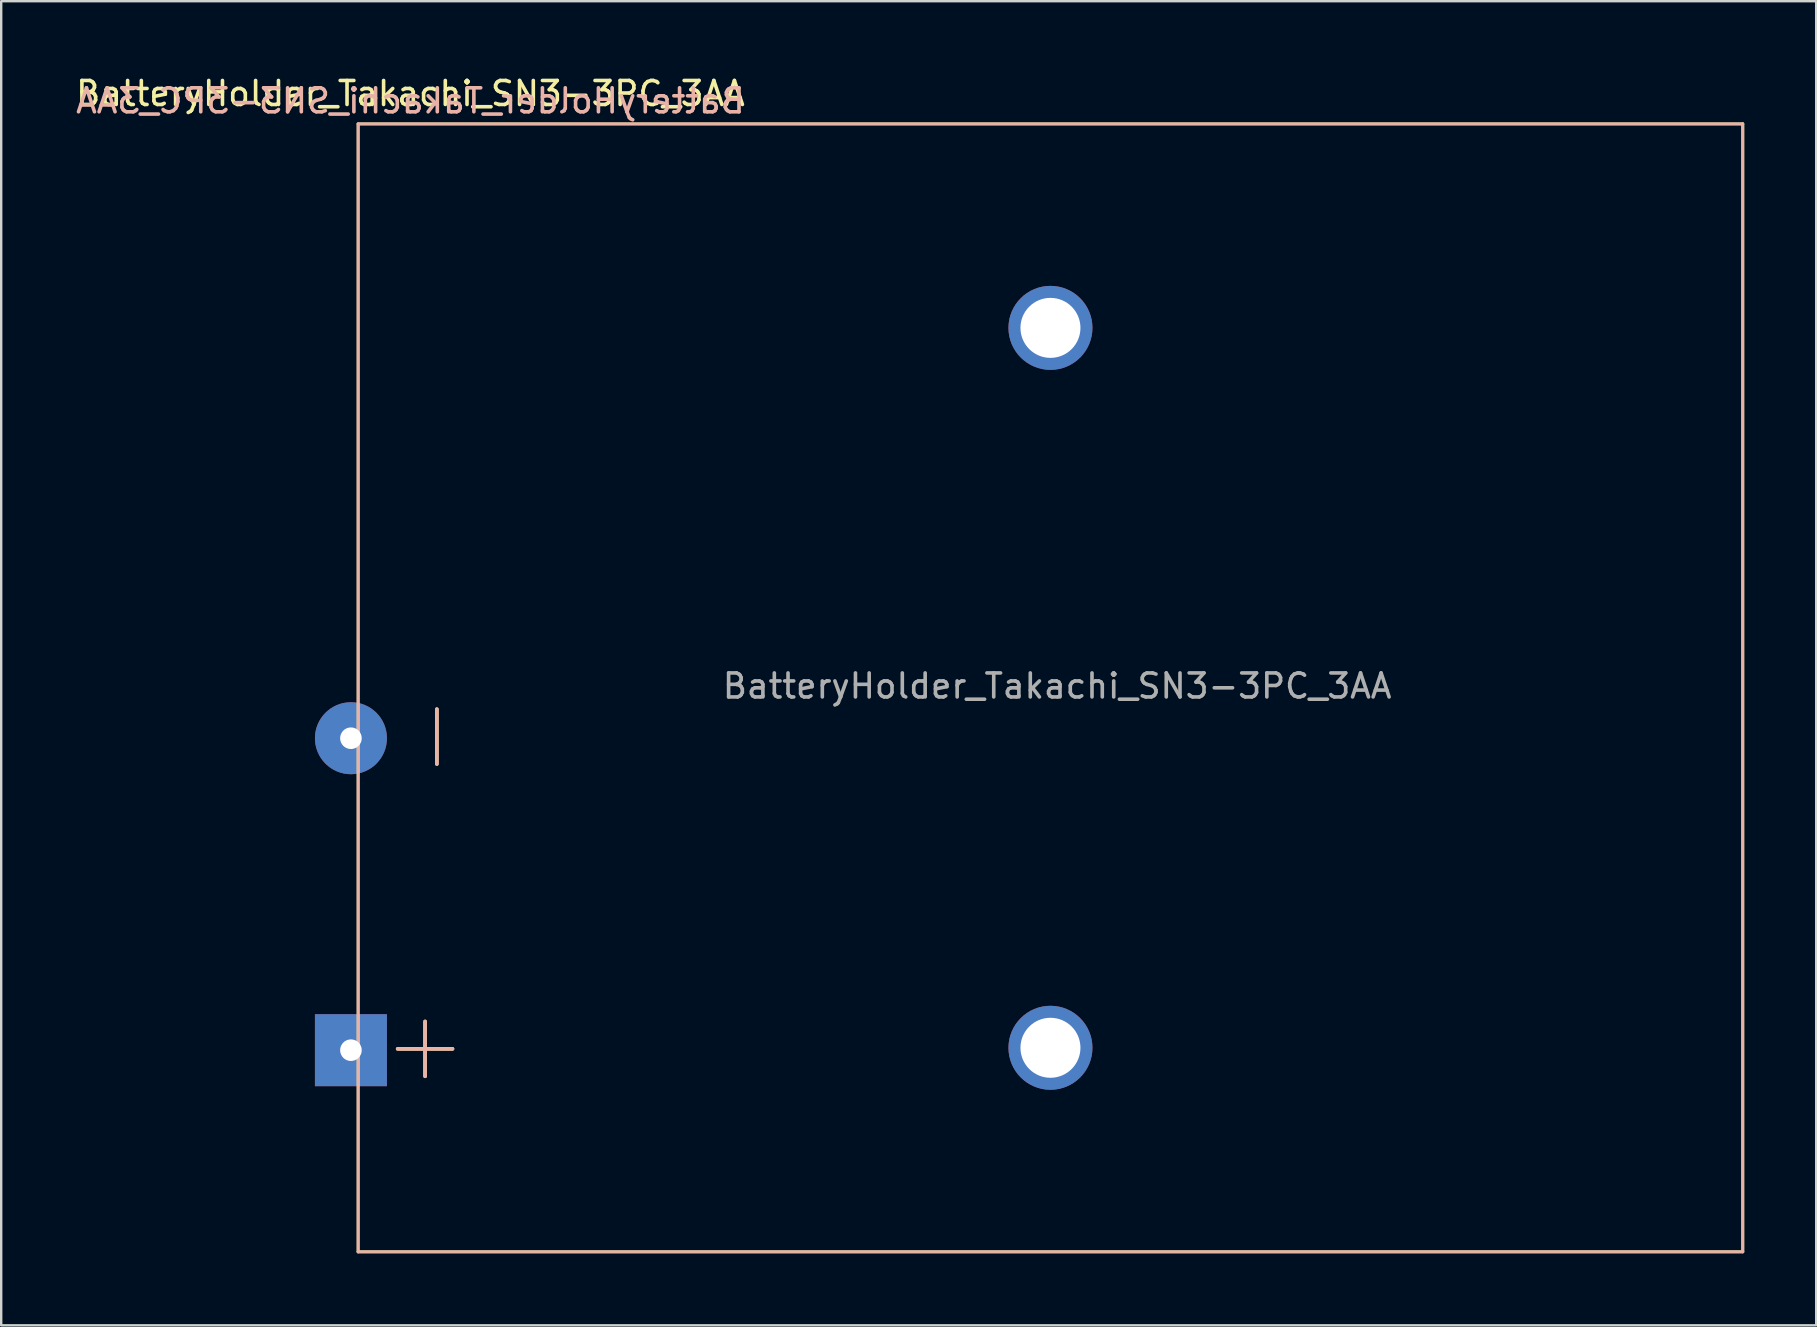
<source format=kicad_pcb>
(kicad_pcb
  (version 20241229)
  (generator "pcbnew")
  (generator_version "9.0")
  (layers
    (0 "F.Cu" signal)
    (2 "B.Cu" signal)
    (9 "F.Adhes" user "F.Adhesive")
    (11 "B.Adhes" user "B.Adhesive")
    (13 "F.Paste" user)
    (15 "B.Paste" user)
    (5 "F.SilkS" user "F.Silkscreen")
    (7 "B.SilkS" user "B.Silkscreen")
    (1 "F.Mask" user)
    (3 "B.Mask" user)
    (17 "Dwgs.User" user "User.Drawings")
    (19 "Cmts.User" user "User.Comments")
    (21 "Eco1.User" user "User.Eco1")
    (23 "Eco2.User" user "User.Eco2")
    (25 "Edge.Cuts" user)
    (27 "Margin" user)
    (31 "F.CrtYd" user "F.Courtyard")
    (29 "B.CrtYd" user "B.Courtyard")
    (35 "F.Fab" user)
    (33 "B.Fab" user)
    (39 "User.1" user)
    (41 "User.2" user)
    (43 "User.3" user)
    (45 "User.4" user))
  (footprint "BatteryHolder_Takachi_SN3-3PC_3AA"
    (layer "F.Cu")
    (at 40.724 25.613)
    (property "Reference" "BatteryHolder_Takachi_SN3-3PC_3AA" (at -26.67 -24.46 0) (layer "B.SilkS") (effects (font (size 1 1) (thickness 0.15)) (justify mirror)))
    (attr through_hole)
    (fp_line (start -28.85 -23.5) (end 28.85 -23.5) (stroke (width 0.12) (type solid)) (layer "F.SilkS"))
    (fp_line (start -28.85 -23.495) (end -28.85 23.505) (stroke (width 0.12) (type solid)) (layer "F.SilkS"))
    (fp_line (start -28.85 23.5) (end 28.85 23.5) (stroke (width 0.12) (type solid)) (layer "F.SilkS"))
    (fp_line (start 28.85 -23.5) (end 28.85 23.5) (stroke (width 0.12) (type solid)) (layer "F.SilkS"))
    (fp_line (start -28.85 -23.5) (end -28.85 23.5) (stroke (width 0.12) (type solid)) (layer "B.SilkS"))
    (fp_line (start -28.85 -23.5) (end 28.85 -23.5) (stroke (width 0.12) (type solid)) (layer "B.SilkS"))
    (fp_line (start -28.85 23.505) (end 28.85 23.505) (stroke (width 0.12) (type solid)) (layer "B.SilkS"))
    (fp_line (start 28.85 -23.5) (end 28.85 23.5) (stroke (width 0.12) (type solid)) (layer "B.SilkS"))
    (fp_text user "-" (at -25.806 2.032 90) (layer "F.SilkS") (effects (font (size 3 3) (thickness 0.15))))
    (fp_text user "${REFERENCE}" (at -26.67 -24.765 0) (layer "F.SilkS") (effects (font (size 1 1) (thickness 0.15))))
    (fp_text user "+" (at -26.06 14.808 0) (layer "F.SilkS") (effects (font (size 3 3) (thickness 0.15))))
    (fp_text user "+" (at -26.06 14.808 0) (layer "B.SilkS") (effects (font (size 3 3) (thickness 0.15))))
    (fp_text user "-" (at -25.806 2.032 90) (layer "B.SilkS") (effects (font (size 3 3) (thickness 0.15))))
    (fp_text user "${REFERENCE}" (at 0.279 -0.076 0) (layer "F.Fab") (effects (font (size 1 1) (thickness 0.15))))
    (pad "" np_thru_hole circle (at 0 -15) (size 3.5 3.5) (drill 2.5) (layers "*.Cu" "*.Mask"))
    (pad "" np_thru_hole circle (at 0 15) (size 3.5 3.5) (drill 2.5) (layers "*.Cu" "*.Mask"))
    (pad "1" thru_hole rect (at -29.15 15.1) (size 3 3) (drill 0.9) (layers "*.Cu" "*.Mask"))
    (pad "2" thru_hole circle (at -29.15 2.1) (size 3 3) (drill 0.9) (layers "*.Cu" "*.Mask")))
  (gr_rect
    (start -3 -3)
    (end 72.634 52.178)
    (stroke (width 0.1) (type default))
    (fill no)
    (layer "Edge.Cuts")))
</source>
